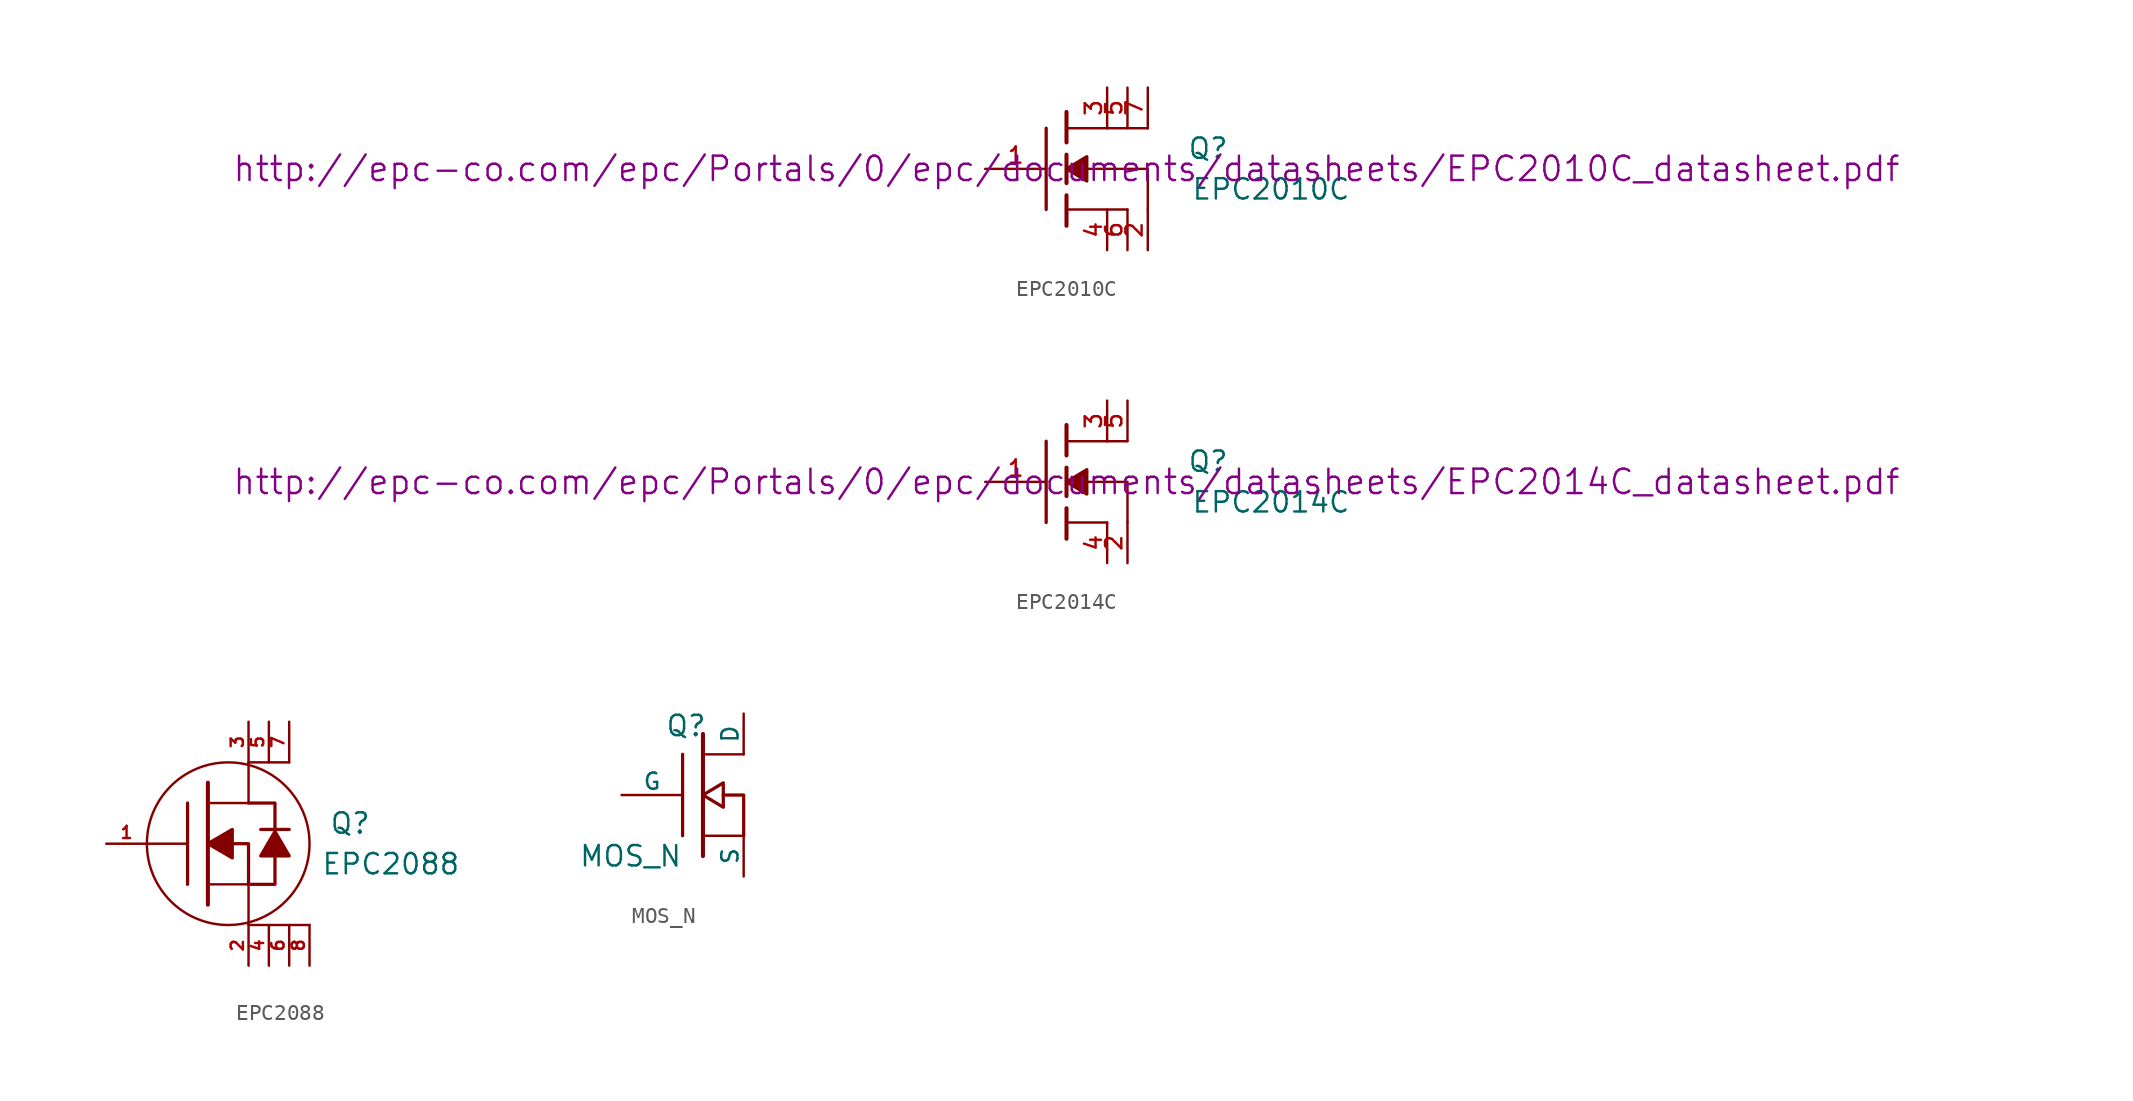
<source format=kicad_sym>
(kicad_symbol_lib
  (version 20231120)
  (generator "kicad_symbol_editor")
  (generator_version "8.0")
  (symbol "EPC2010C"
    (pin_names
      (offset 0) hide)
    (property "Reference" "Q"
      (at 10.16 1.27 0)
      (effects (font (size 1.27 1.27)) (justify right)))
    (property "Value" "EPC2010C"
      (at 17.78 -1.27 0)
      (effects (font (size 1.27 1.27)) (justify right)))
    (property "Footprint" ""
      (at 0 0 0)
      (effects (font (size 1.524 1.524))))
    (property "Datasheet" "http://epc-co.com/epc/Portals/0/epc/documents/datasheets/EPC2010C_datasheet.pdf"
      (at 0 0 0)
      (effects (font (size 1.524 1.524))))
    (symbol "EPC2010C_0_1"
      (polyline (pts (xy -1.27 -2.54) (xy -1.27 2.54)) (stroke (width 0.203) (type default)) (fill (type none)))
      (polyline (pts (xy 0 -3.556) (xy 0 -1.651)) (stroke (width 0.254) (type default)) (fill (type none)))
      (polyline (pts (xy 0 -0.889) (xy 0 0.889)) (stroke (width 0.254) (type default)) (fill (type none)))
      (polyline (pts (xy 0 1.651) (xy 0 3.556)) (stroke (width 0.254) (type default)) (fill (type none)))
      (polyline (pts (xy 2.54 2.54) (xy 0 2.54)) (stroke (width 0) (type default)) (fill (type none)))
      (polyline (pts (xy 3.81 -2.54) (xy 0 -2.54)) (stroke (width 0) (type default)) (fill (type none)))
      (polyline (pts (xy 5.08 2.54) (xy 2.54 2.54)) (stroke (width 0) (type default)) (fill (type none)))
      (polyline (pts (xy 5.08 2.54) (xy 5.08 2.54)) (stroke (width 0) (type default)) (fill (type none)))
      (polyline (pts (xy 5.08 -2.54) (xy 5.08 0) (xy 1.27 0)) (stroke (width 0) (type default)) (fill (type none)))
      (polyline (pts (xy 1.27 0.762) (xy 1.27 -0.762) (xy 0 0) (xy 1.27 0.762) (xy 1.27 0.762)) (stroke (width 0.203) (type default)) (fill (type outline))))
    (symbol "EPC2010C_1_1"
      (pin input line (at -5.08 0 0) (length 3.81) (name "G" (effects (font (size 1.016 1.016)))) (number "1" (effects (font (size 1.016 1.016)))))
      (pin passive line (at 5.08 -5.08 90) (length 2.54) (name "Sub" (effects (font (size 1.016 1.016)))) (number "2" (effects (font (size 1.016 1.016)))))
      (pin passive line (at 2.54 5.08 270) (length 2.54) (name "D" (effects (font (size 1.016 1.016)))) (number "3" (effects (font (size 1.016 1.016)))))
      (pin passive line (at 2.54 -5.08 90) (length 2.54) (name "S" (effects (font (size 1.016 1.016)))) (number "4" (effects (font (size 1.016 1.016)))))
      (pin passive line (at 3.81 5.08 270) (length 2.54) (name "D" (effects (font (size 1.016 1.016)))) (number "5" (effects (font (size 1.016 1.016)))))
      (pin passive line (at 3.81 -5.08 90) (length 2.54) (name "S" (effects (font (size 1.016 1.016)))) (number "6" (effects (font (size 1.016 1.016)))))
      (pin passive line (at 5.08 5.08 270) (length 2.54) (name "D" (effects (font (size 1.016 1.016)))) (number "7" (effects (font (size 1.016 1.016)))))))
  (symbol "EPC2014C"
    (pin_names
      (offset 0) hide)
    (property "Reference" "Q"
      (at 10.16 1.27 0)
      (effects (font (size 1.27 1.27)) (justify right)))
    (property "Value" "EPC2014C"
      (at 17.78 -1.27 0)
      (effects (font (size 1.27 1.27)) (justify right)))
    (property "Footprint" ""
      (at 0 0 0)
      (effects (font (size 1.524 1.524))))
    (property "Datasheet" "http://epc-co.com/epc/Portals/0/epc/documents/datasheets/EPC2014C_datasheet.pdf"
      (at 0 0 0)
      (effects (font (size 1.524 1.524))))
    (symbol "EPC2014C_0_1"
      (polyline (pts (xy -1.27 -2.54) (xy -1.27 2.54)) (stroke (width 0.203) (type default)) (fill (type none)))
      (polyline (pts (xy 0 -3.556) (xy 0 -1.651)) (stroke (width 0.254) (type default)) (fill (type none)))
      (polyline (pts (xy 0 -0.889) (xy 0 0.889)) (stroke (width 0.254) (type default)) (fill (type none)))
      (polyline (pts (xy 0 1.651) (xy 0 3.556)) (stroke (width 0.254) (type default)) (fill (type none)))
      (polyline (pts (xy 2.54 -2.54) (xy 0 -2.54)) (stroke (width 0) (type default)) (fill (type none)))
      (polyline (pts (xy 2.54 2.54) (xy 0 2.54)) (stroke (width 0) (type default)) (fill (type none)))
      (polyline (pts (xy 3.81 2.54) (xy 2.54 2.54)) (stroke (width 0) (type default)) (fill (type none)))
      (polyline (pts (xy 3.81 -2.54) (xy 3.81 0) (xy 0 0)) (stroke (width 0) (type default)) (fill (type none)))
      (polyline (pts (xy 1.27 0.762) (xy 1.27 -0.762) (xy 0 0) (xy 1.27 0.762) (xy 1.27 0.762)) (stroke (width 0.203) (type default)) (fill (type outline))))
    (symbol "EPC2014C_1_1"
      (pin input line (at -5.08 0 0) (length 3.81) (name "G" (effects (font (size 1.016 1.016)))) (number "1" (effects (font (size 1.016 1.016)))))
      (pin passive line (at 3.81 -5.08 90) (length 2.54) (name "Sub" (effects (font (size 1.016 1.016)))) (number "2" (effects (font (size 1.016 1.016)))))
      (pin passive line (at 2.54 5.08 270) (length 2.54) (name "D" (effects (font (size 1.016 1.016)))) (number "3" (effects (font (size 1.016 1.016)))))
      (pin passive line (at 2.54 -5.08 90) (length 2.54) (name "S" (effects (font (size 1.016 1.016)))) (number "4" (effects (font (size 1.016 1.016)))))
      (pin passive line (at 3.81 5.08 270) (length 2.54) (name "D" (effects (font (size 1.016 1.016)))) (number "5" (effects (font (size 1.016 1.016)))))))
  (symbol "EPC2088"
    (pin_names
      (offset 1.016) hide)
    (property "Reference" "Q"
      (at 7.62 1.27 0)
      (effects (font (size 1.27 1.27))))
    (property "Value" "EPC2088"
      (at 10.16 -1.27 0)
      (effects (font (size 1.27 1.27))))
    (symbol "EPC2088_0_1"
      (polyline (pts (xy 1.27 5.08) (xy 3.81 5.08)) (stroke (width 0) (type default)) (fill (type none)))
      (polyline (pts (xy 5.08 -5.08) (xy 1.27 -5.08)) (stroke (width 0) (type default)) (fill (type none))))
    (symbol "EPC2088_1_1"
      (polyline (pts (xy -5.08 0) (xy -2.54 0)) (stroke (width 0) (type default)) (fill (type none)))
      (polyline (pts (xy -2.54 -2.54) (xy -2.54 2.54)) (stroke (width 0.203) (type default)) (fill (type none)))
      (polyline (pts (xy -1.27 -3.81) (xy -1.27 3.81)) (stroke (width 0.254) (type default)) (fill (type none)))
      (polyline (pts (xy 1.27 -5.08) (xy 1.27 -2.54)) (stroke (width 0) (type default)) (fill (type none)))
      (polyline (pts (xy 1.27 -2.54) (xy -1.27 -2.54)) (stroke (width 0) (type default)) (fill (type none)))
      (polyline (pts (xy 1.27 2.54) (xy -1.27 2.54)) (stroke (width 0) (type default)) (fill (type none)))
      (polyline (pts (xy 1.27 5.08) (xy 1.27 2.54)) (stroke (width 0) (type default)) (fill (type none)))
      (polyline (pts (xy 3.81 0.889) (xy 2.032 0.889)) (stroke (width 0.203) (type default)) (fill (type none)))
      (polyline (pts (xy 1.27 -2.54) (xy 1.27 0) (xy 0 0)) (stroke (width 0.203) (type default)) (fill (type none)))
      (polyline (pts (xy 0.254 0.889) (xy 0.254 -0.889) (xy -1.27 0) (xy 0.254 0.889)) (stroke (width 0.203) (type default)) (fill (type outline)))
      (polyline (pts (xy 1.27 -2.54) (xy 2.921 -2.54) (xy 2.921 2.54) (xy 1.27 2.54)) (stroke (width 0.203) (type default)) (fill (type none)))
      (polyline (pts (xy 2.032 -0.762) (xy 3.81 -0.762) (xy 2.921 0.762) (xy 2.032 -0.762)) (stroke (width 0.203) (type default)) (fill (type outline)))
      (circle (center 0 0) (radius 5.08) (stroke (width 0) (type default)) (fill (type none)))
      (pin input line (at -7.62 0 0) (length 2.54) (name "G" (effects (font (size 1.016 1.016)))) (number "1" (effects (font (size 0.762 0.762)))))
      (pin passive line (at 1.27 -7.62 90) (length 2.54) (name "S" (effects (font (size 1.016 1.016)))) (number "2" (effects (font (size 0.762 0.762)))))
      (pin passive line (at 1.27 7.62 270) (length 2.54) (name "D" (effects (font (size 1.016 1.016)))) (number "3" (effects (font (size 0.762 0.762)))))
      (pin passive line (at 2.54 -7.62 90) (length 2.54) (name "S" (effects (font (size 1.016 1.016)))) (number "4" (effects (font (size 0.762 0.762)))))
      (pin passive line (at 2.54 7.62 270) (length 2.54) (name "D" (effects (font (size 1.016 1.016)))) (number "5" (effects (font (size 0.762 0.762)))))
      (pin passive line (at 3.81 -7.62 90) (length 2.54) (name "S" (effects (font (size 1.016 1.016)))) (number "6" (effects (font (size 0.762 0.762)))))
      (pin passive line (at 3.81 7.62 270) (length 2.54) (name "D" (effects (font (size 1.016 1.016)))) (number "7" (effects (font (size 0.762 0.762)))))
      (pin passive line (at 5.08 -7.62 90) (length 2.54) (name "S" (effects (font (size 1.016 1.016)))) (number "8" (effects (font (size 0.762 0.762)))))))
  (symbol "MOS_N"
    (pin_numbers hide)
    (pin_names
      (offset 0))
    (property "Reference" "Q"
      (at 0.254 4.318 0)
      (effects (font (size 1.27 1.27)) (justify right)))
    (property "Value" "MOS_N"
      (at -1.27 -3.81 0)
      (effects (font (size 1.27 1.27)) (justify right)))
    (property "Footprint" ""
      (at 0 0 0)
      (effects (font (size 1.524 1.524))))
    (property "Datasheet" ""
      (at 0 0 0)
      (effects (font (size 1.524 1.524))))
    (symbol "MOS_N_0_1"
      (polyline (pts (xy -1.27 -2.54) (xy -1.27 2.54)) (stroke (width 0.203) (type default)) (fill (type none)))
      (polyline (pts (xy 0 -3.81) (xy 0 3.81)) (stroke (width 0.254) (type default)) (fill (type none)))
      (polyline (pts (xy 2.54 -2.54) (xy 0 -2.54)) (stroke (width 0) (type default)) (fill (type none)))
      (polyline (pts (xy 2.54 2.54) (xy 0 2.54)) (stroke (width 0) (type default)) (fill (type none)))
      (polyline (pts (xy 2.54 -2.54) (xy 2.54 0) (xy 1.27 0)) (stroke (width 0.203) (type default)) (fill (type none)))
      (polyline (pts (xy 1.27 0.762) (xy 1.27 -0.762) (xy 0 0) (xy 1.27 0.762) (xy 1.27 0.762)) (stroke (width 0.203) (type default)) (fill (type none))))
    (symbol "MOS_N_1_1"
      (pin passive line (at 2.54 5.08 270) (length 2.54) (name "D" (effects (font (size 1.016 1.016)))) (number "D" (effects (font (size 1.016 1.016)))))
      (pin input line (at -5.08 0 0) (length 3.81) (name "G" (effects (font (size 1.016 1.016)))) (number "G" (effects (font (size 1.016 1.016)))))
      (pin passive line (at 2.54 -5.08 90) (length 2.54) (name "S" (effects (font (size 1.016 1.016)))) (number "S" (effects (font (size 1.016 1.016))))))))
</source>
